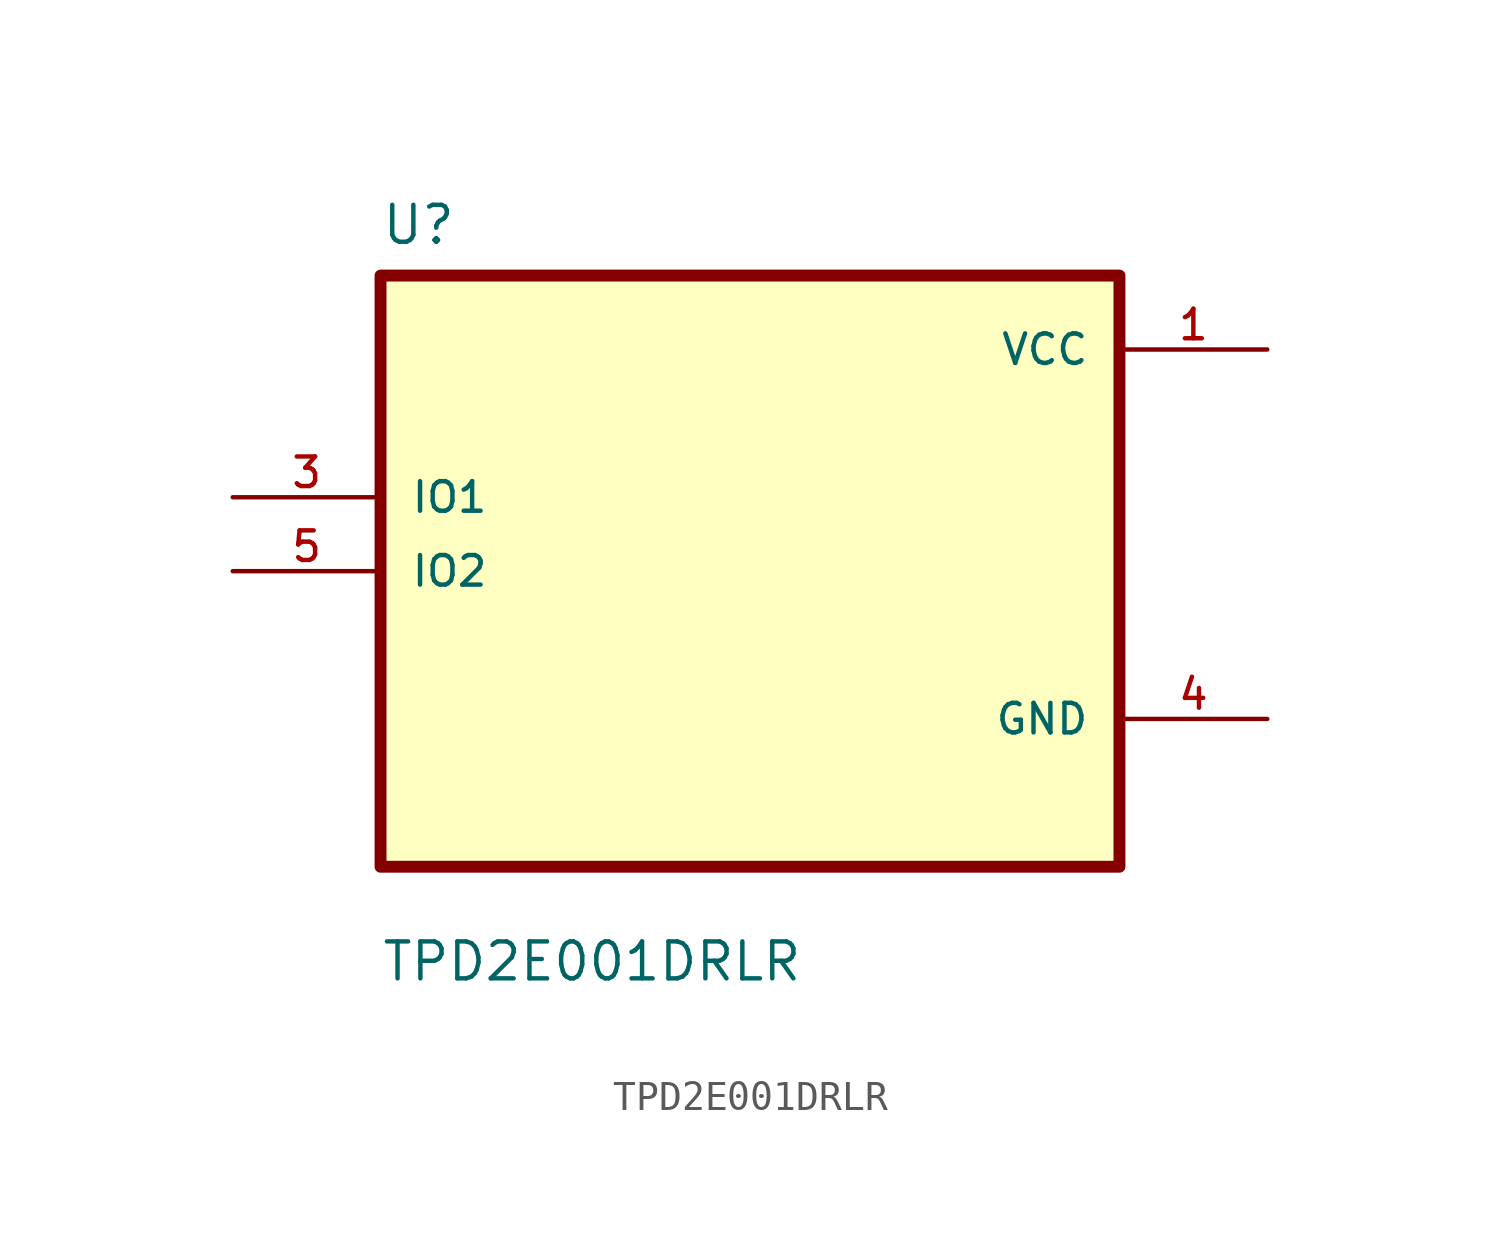
<source format=kicad_sym>
(kicad_symbol_lib
  (version 20211014)
  (generator kicad_symbol_editor)
  (symbol "TPD2E001DRLR"
    (pin_names
      (offset 1.016))
    (property "Reference" "U"
      (at -12.7 11.16 0.0)
      (effects (font (size 1.27 1.27)) (justify bottom left)))
    (property "Value" "TPD2E001DRLR"
      (at -12.7 -14.16 0.0)
      (effects (font (size 1.27 1.27)) (justify bottom left)))
    (symbol "TPD2E001DRLR_0_0"
      (rectangle (start -12.7 -10.16) (end 12.7 10.16) (stroke (width 0.41)) (fill (type background)))
      (pin bidirectional line (at -17.78 2.54 0) (length 5.08) (name "IO1" (effects (font (size 1.016 1.016)))) (number "3" (effects (font (size 1.016 1.016)))))
      (pin bidirectional line (at -17.78 0.0 0) (length 5.08) (name "IO2" (effects (font (size 1.016 1.016)))) (number "5" (effects (font (size 1.016 1.016)))))
      (pin power_in line (at 17.78 7.62 180.0) (length 5.08) (name "VCC" (effects (font (size 1.016 1.016)))) (number "1" (effects (font (size 1.016 1.016)))))
      (pin power_in line (at 17.78 -5.08 180.0) (length 5.08) (name "GND" (effects (font (size 1.016 1.016)))) (number "4" (effects (font (size 1.016 1.016))))))))
</source>
